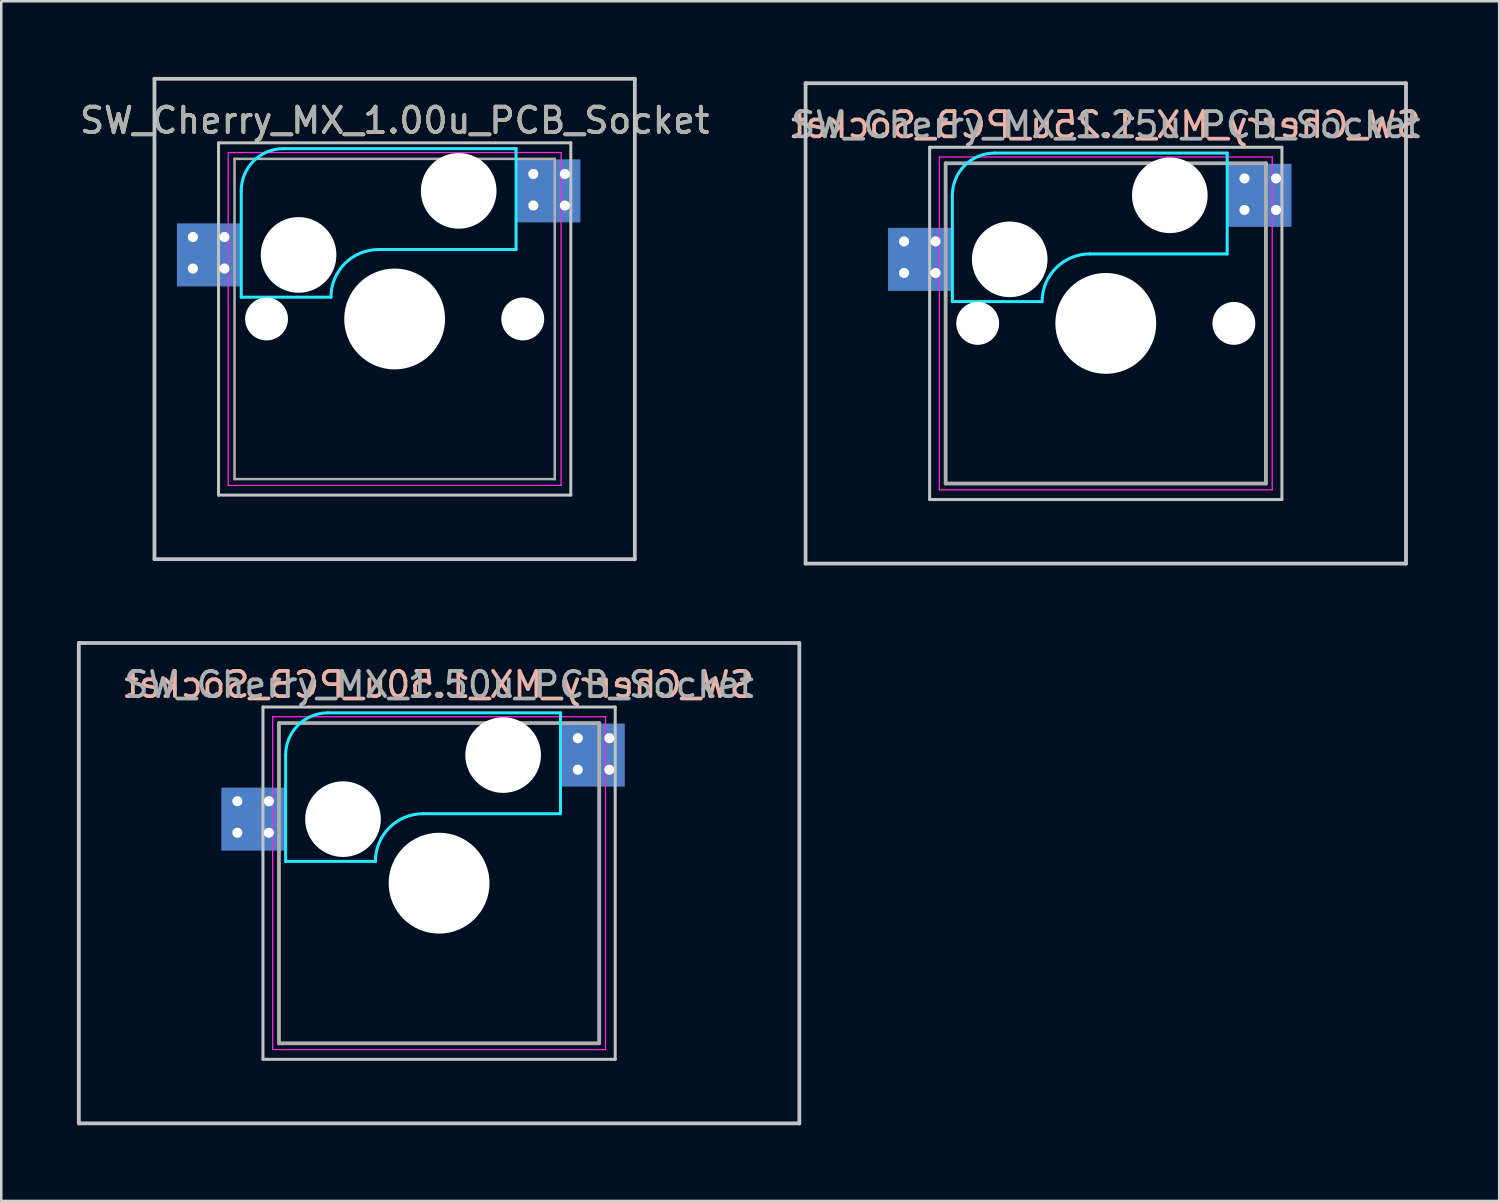
<source format=kicad_pcb>
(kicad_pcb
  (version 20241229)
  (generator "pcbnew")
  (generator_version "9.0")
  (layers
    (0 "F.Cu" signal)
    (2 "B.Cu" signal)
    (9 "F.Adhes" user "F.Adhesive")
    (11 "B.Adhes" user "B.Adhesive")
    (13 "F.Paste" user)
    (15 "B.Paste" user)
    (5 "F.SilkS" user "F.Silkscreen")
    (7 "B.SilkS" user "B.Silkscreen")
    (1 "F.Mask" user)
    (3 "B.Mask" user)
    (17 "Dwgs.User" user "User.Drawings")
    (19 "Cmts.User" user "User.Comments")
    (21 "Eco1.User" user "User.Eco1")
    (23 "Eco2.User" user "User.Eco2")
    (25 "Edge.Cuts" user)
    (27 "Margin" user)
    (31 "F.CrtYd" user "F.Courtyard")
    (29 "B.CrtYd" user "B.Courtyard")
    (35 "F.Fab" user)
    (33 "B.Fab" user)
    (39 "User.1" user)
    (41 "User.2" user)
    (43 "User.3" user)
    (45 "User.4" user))
  (footprint "SW_Cherry_MX_1.00u_PCB_Socket"
    (layer "F.Cu")
    (at 12.601 9.6)
    (property "Reference" "SW_Cherry_MX_1.00u_PCB_Socket" (at 0 -7.874 0) (layer "F.SilkS") (effects (font (size 1 1) (thickness 0.15))))
    (attr through_hole)
    (fp_line (start -9.525 -9.525) (end 9.525 -9.525) (stroke (width 0.15) (type solid)) (layer "Dwgs.User"))
    (fp_line (start -9.525 9.525) (end -9.525 -9.525) (stroke (width 0.15) (type solid)) (layer "Dwgs.User"))
    (fp_line (start -6.985 -6.985) (end 6.985 -6.985) (stroke (width 0.12) (type solid)) (layer "Dwgs.User"))
    (fp_line (start -6.985 6.985) (end -6.985 -6.985) (stroke (width 0.12) (type solid)) (layer "Dwgs.User"))
    (fp_line (start 6.985 -6.985) (end 6.985 6.985) (stroke (width 0.12) (type solid)) (layer "Dwgs.User"))
    (fp_line (start 6.985 6.985) (end -6.985 6.985) (stroke (width 0.12) (type solid)) (layer "Dwgs.User"))
    (fp_line (start 9.525 -9.525) (end 9.525 9.525) (stroke (width 0.15) (type solid)) (layer "Dwgs.User"))
    (fp_line (start 9.525 9.525) (end -9.525 9.525) (stroke (width 0.15) (type solid)) (layer "Dwgs.User"))
    (fp_line (start -6.085 -0.865) (end -6.085 -5.08) (stroke (width 0.12) (type solid)) (layer "B.CrtYd"))
    (fp_line (start -6.085 -0.865) (end -2.525 -0.865) (stroke (width 0.12) (type solid)) (layer "B.CrtYd"))
    (fp_line (start -4.41 -6.755) (end 4.815 -6.755) (stroke (width 0.12) (type solid)) (layer "B.CrtYd"))
    (fp_line (start 4.815 -6.755) (end 4.815 -2.755) (stroke (width 0.12) (type solid)) (layer "B.CrtYd"))
    (fp_line (start 4.815 -2.755) (end -0.635 -2.755) (stroke (width 0.12) (type solid)) (layer "B.CrtYd"))
    (fp_arc (start -6.085 -5.08) (mid -5.594404 -6.264404) (end -4.41 -6.755) (stroke (width 0.12) (type solid)) (layer "B.CrtYd"))
    (fp_arc (start -2.525 -0.865) (mid -1.971432 -2.201432) (end -0.635 -2.755) (stroke (width 0.12) (type solid)) (layer "B.CrtYd"))
    (fp_line (start -6.6 -6.6) (end 6.6 -6.6) (stroke (width 0.05) (type solid)) (layer "F.CrtYd"))
    (fp_line (start -6.6 6.6) (end -6.6 -6.6) (stroke (width 0.05) (type solid)) (layer "F.CrtYd"))
    (fp_line (start 6.6 -6.6) (end 6.6 6.6) (stroke (width 0.05) (type solid)) (layer "F.CrtYd"))
    (fp_line (start 6.6 6.6) (end -6.6 6.6) (stroke (width 0.05) (type solid)) (layer "F.CrtYd"))
    (fp_line (start -6.35 -6.35) (end 6.35 -6.35) (stroke (width 0.1) (type solid)) (layer "F.Fab"))
    (fp_line (start -6.35 6.35) (end -6.35 -6.35) (stroke (width 0.1) (type solid)) (layer "F.Fab"))
    (fp_line (start 6.35 -6.35) (end 6.35 6.35) (stroke (width 0.1) (type solid)) (layer "F.Fab"))
    (fp_line (start 6.35 6.35) (end -6.35 6.35) (stroke (width 0.1) (type solid)) (layer "F.Fab"))
    (fp_text user "${REFERENCE}" (at 0 -7.874 0) (layer "F.Fab") (effects (font (size 1 1) (thickness 0.15))))
    (pad "" np_thru_hole circle (at -5.08 0) (size 1.7 1.7) (drill 1.7) (layers "*.Cu" "*.Mask"))
    (pad "" np_thru_hole circle (at -3.81 -2.54) (size 3 3) (drill 3) (layers "*.Cu" "*.Mask"))
    (pad "" np_thru_hole circle (at 0 0) (size 4 4) (drill 4) (layers "*.Cu" "*.Mask"))
    (pad "" np_thru_hole circle (at 2.54 -5.08) (size 3 3) (drill 3) (layers "*.Cu" "*.Mask"))
    (pad "" np_thru_hole circle (at 5.08 0) (size 1.7 1.7) (drill 1.7) (layers "*.Cu" "*.Mask"))
    (pad "1" thru_hole circle (at 5.5 -5.75) (size 0.8 0.8) (drill 0.4) (layers "*.Cu" "*.Mask"))
    (pad "1" thru_hole circle (at 5.5 -4.5) (size 0.8 0.8) (drill 0.4) (layers "*.Cu" "*.Mask"))
    (pad "1" smd rect (at 6.09 -5.08) (size 2.55 2.5) (layers "B.Cu" "B.Mask" "B.Paste"))
    (pad "1" thru_hole circle (at 6.75 -5.75) (size 0.8 0.8) (drill 0.4) (layers "*.Cu" "*.Mask"))
    (pad "1" thru_hole circle (at 6.75 -4.5) (size 0.8 0.8) (drill 0.4) (layers "*.Cu" "*.Mask"))
    (pad "2" thru_hole circle (at -8 -3.25) (size 0.8 0.8) (drill 0.4) (layers "*.Cu" "*.Mask"))
    (pad "2" thru_hole circle (at -8 -2) (size 0.8 0.8) (drill 0.4) (layers "*.Cu" "*.Mask"))
    (pad "2" smd rect (at -7.36 -2.54) (size 2.55 2.5) (layers "B.Cu" "B.Mask" "B.Paste"))
    (pad "2" thru_hole circle (at -6.75 -3.25) (size 0.8 0.8) (drill 0.4) (layers "*.Cu" "*.Mask"))
    (pad "2" thru_hole circle (at -6.75 -2) (size 0.8 0.8) (drill 0.4) (layers "*.Cu" "*.Mask")))
  (footprint "SW_Cherry_MX_1.50u_PCB_Socket"
    (layer "F.Cu")
    (at 14.363 31.975)
    (property "Reference" "SW_Cherry_MX_1.50u_PCB_Socket" (at 0 -7.874 0) (layer "B.SilkS") (effects (font (size 1 1) (thickness 0.15)) (justify mirror)))
    (attr through_hole)
    (fp_line (start -14.287 -9.525) (end 14.287 -9.525) (stroke (width 0.15) (type solid)) (layer "Dwgs.User"))
    (fp_line (start -14.287 9.525) (end -14.287 -9.525) (stroke (width 0.15) (type solid)) (layer "Dwgs.User"))
    (fp_line (start -6.985 -6.985) (end 6.985 -6.985) (stroke (width 0.12) (type solid)) (layer "Dwgs.User"))
    (fp_line (start -6.985 6.985) (end -6.985 -6.985) (stroke (width 0.12) (type solid)) (layer "Dwgs.User"))
    (fp_line (start 6.985 -6.985) (end 6.985 6.985) (stroke (width 0.12) (type solid)) (layer "Dwgs.User"))
    (fp_line (start 6.985 6.985) (end -6.985 6.985) (stroke (width 0.12) (type solid)) (layer "Dwgs.User"))
    (fp_line (start 14.287 -9.525) (end 14.287 9.525) (stroke (width 0.15) (type solid)) (layer "Dwgs.User"))
    (fp_line (start 14.287 9.525) (end -14.287 9.525) (stroke (width 0.15) (type solid)) (layer "Dwgs.User"))
    (fp_line (start -6.085 -0.865) (end -6.085 -5.08) (stroke (width 0.12) (type solid)) (layer "B.CrtYd"))
    (fp_line (start -6.085 -0.865) (end -2.525 -0.865) (stroke (width 0.12) (type solid)) (layer "B.CrtYd"))
    (fp_line (start -4.41 -6.755) (end 4.815 -6.755) (stroke (width 0.12) (type solid)) (layer "B.CrtYd"))
    (fp_line (start 4.815 -6.755) (end 4.815 -2.755) (stroke (width 0.12) (type solid)) (layer "B.CrtYd"))
    (fp_line (start 4.815 -2.755) (end -0.635 -2.755) (stroke (width 0.12) (type solid)) (layer "B.CrtYd"))
    (fp_arc (start -6.085 -5.08) (mid -5.594404 -6.264404) (end -4.41 -6.755) (stroke (width 0.12) (type solid)) (layer "B.CrtYd"))
    (fp_arc (start -2.525 -0.865) (mid -1.971432 -2.201432) (end -0.635 -2.755) (stroke (width 0.12) (type solid)) (layer "B.CrtYd"))
    (fp_line (start -6.6 -6.6) (end 6.6 -6.6) (stroke (width 0.05) (type solid)) (layer "F.CrtYd"))
    (fp_line (start -6.6 6.6) (end -6.6 -6.6) (stroke (width 0.05) (type solid)) (layer "F.CrtYd"))
    (fp_line (start 6.6 -6.6) (end 6.6 6.6) (stroke (width 0.05) (type solid)) (layer "F.CrtYd"))
    (fp_line (start 6.6 6.6) (end -6.6 6.6) (stroke (width 0.05) (type solid)) (layer "F.CrtYd"))
    (fp_line (start -6.35 -6.35) (end 6.35 -6.35) (stroke (width 0.15) (type solid)) (layer "F.Fab"))
    (fp_line (start -6.35 6.35) (end -6.35 -6.35) (stroke (width 0.15) (type solid)) (layer "F.Fab"))
    (fp_line (start 6.35 -6.35) (end 6.35 6.35) (stroke (width 0.15) (type solid)) (layer "F.Fab"))
    (fp_line (start 6.35 6.35) (end -6.35 6.35) (stroke (width 0.15) (type solid)) (layer "F.Fab"))
    (fp_text user "${REFERENCE}" (at 0 -7.874 0) (layer "F.Fab") (effects (font (size 1 1) (thickness 0.15))))
    (pad "" np_thru_hole circle (at -3.81 -2.54) (size 3 3) (drill 3) (layers "*.Cu" "*.Mask"))
    (pad "" np_thru_hole circle (at 0 0) (size 4 4) (drill 4) (layers "*.Cu" "*.Mask"))
    (pad "" np_thru_hole circle (at 2.54 -5.08) (size 3 3) (drill 3) (layers "*.Cu" "*.Mask"))
    (pad "1" thru_hole circle (at 5.5 -5.75) (size 0.8 0.8) (drill 0.4) (layers "*.Cu" "*.Mask"))
    (pad "1" thru_hole circle (at 5.5 -4.5) (size 0.8 0.8) (drill 0.4) (layers "*.Cu" "*.Mask"))
    (pad "1" smd rect (at 6.09 -5.08) (size 2.55 2.5) (layers "B.Cu" "B.Mask" "B.Paste"))
    (pad "1" thru_hole circle (at 6.75 -5.75) (size 0.8 0.8) (drill 0.4) (layers "*.Cu" "*.Mask"))
    (pad "1" thru_hole circle (at 6.75 -4.5) (size 0.8 0.8) (drill 0.4) (layers "*.Cu" "*.Mask"))
    (pad "2" thru_hole circle (at -8 -3.25) (size 0.8 0.8) (drill 0.4) (layers "*.Cu" "*.Mask"))
    (pad "2" thru_hole circle (at -8 -2) (size 0.8 0.8) (drill 0.4) (layers "*.Cu" "*.Mask"))
    (pad "2" smd rect (at -7.36 -2.54) (size 2.55 2.5) (layers "B.Cu" "B.Mask" "B.Paste"))
    (pad "2" thru_hole circle (at -6.75 -3.25) (size 0.8 0.8) (drill 0.4) (layers "*.Cu" "*.Mask"))
    (pad "2" thru_hole circle (at -6.75 -2) (size 0.8 0.8) (drill 0.4) (layers "*.Cu" "*.Mask")))
  (footprint "SW_Cherry_MX_1.25u_PCB_Socket"
    (layer "F.Cu")
    (at 28.897 0.25)
    (property "Reference" "SW_Cherry_MX_1.25u_PCB_Socket" (at 11.906 1.651 0) (layer "B.SilkS") (effects (font (size 1 1) (thickness 0.15)) (justify mirror)))
    (attr through_hole)
    (fp_line (start 0 0) (end 23.812 0) (stroke (width 0.15) (type solid)) (layer "Dwgs.User"))
    (fp_line (start 0 19.05) (end 0 0) (stroke (width 0.15) (type solid)) (layer "Dwgs.User"))
    (fp_line (start 4.921 2.54) (end 18.891 2.54) (stroke (width 0.12) (type solid)) (layer "Dwgs.User"))
    (fp_line (start 4.921 16.51) (end 4.921 2.54) (stroke (width 0.12) (type solid)) (layer "Dwgs.User"))
    (fp_line (start 18.891 2.54) (end 18.891 16.51) (stroke (width 0.12) (type solid)) (layer "Dwgs.User"))
    (fp_line (start 18.891 16.51) (end 4.921 16.51) (stroke (width 0.12) (type solid)) (layer "Dwgs.User"))
    (fp_line (start 23.812 0) (end 23.812 19.05) (stroke (width 0.15) (type solid)) (layer "Dwgs.User"))
    (fp_line (start 23.812 19.05) (end 0 19.05) (stroke (width 0.15) (type solid)) (layer "Dwgs.User"))
    (fp_line (start 5.821 8.66) (end 5.821 4.445) (stroke (width 0.12) (type solid)) (layer "B.CrtYd"))
    (fp_line (start 5.821 8.66) (end 9.381 8.66) (stroke (width 0.12) (type solid)) (layer "B.CrtYd"))
    (fp_line (start 7.496 2.77) (end 16.721 2.77) (stroke (width 0.12) (type solid)) (layer "B.CrtYd"))
    (fp_line (start 16.721 2.77) (end 16.721 6.77) (stroke (width 0.12) (type solid)) (layer "B.CrtYd"))
    (fp_line (start 16.721 6.77) (end 11.271 6.77) (stroke (width 0.12) (type solid)) (layer "B.CrtYd"))
    (fp_arc (start 5.82125 4.445) (mid 6.311846 3.260596) (end 7.49625 2.77) (stroke (width 0.12) (type solid)) (layer "B.CrtYd"))
    (fp_arc (start 9.38125 8.66) (mid 9.934818 7.323568) (end 11.27125 6.77) (stroke (width 0.12) (type solid)) (layer "B.CrtYd"))
    (fp_line (start 5.306 2.925) (end 18.506 2.925) (stroke (width 0.05) (type solid)) (layer "F.CrtYd"))
    (fp_line (start 5.306 16.125) (end 5.306 2.925) (stroke (width 0.05) (type solid)) (layer "F.CrtYd"))
    (fp_line (start 18.506 2.925) (end 18.506 16.125) (stroke (width 0.05) (type solid)) (layer "F.CrtYd"))
    (fp_line (start 18.506 16.125) (end 5.306 16.125) (stroke (width 0.05) (type solid)) (layer "F.CrtYd"))
    (fp_line (start 5.556 3.175) (end 18.256 3.175) (stroke (width 0.15) (type solid)) (layer "F.Fab"))
    (fp_line (start 5.556 15.875) (end 5.556 3.175) (stroke (width 0.15) (type solid)) (layer "F.Fab"))
    (fp_line (start 18.256 3.175) (end 18.256 15.875) (stroke (width 0.15) (type solid)) (layer "F.Fab"))
    (fp_line (start 18.256 15.875) (end 5.556 15.875) (stroke (width 0.15) (type solid)) (layer "F.Fab"))
    (fp_text user "${REFERENCE}" (at 11.906 1.651 0) (layer "F.Fab") (effects (font (size 1 1) (thickness 0.15))))
    (pad "" np_thru_hole circle (at 6.826 9.525) (size 1.7 1.7) (drill 1.7) (layers "*.Cu" "*.Mask"))
    (pad "" np_thru_hole circle (at 8.096 6.985) (size 3 3) (drill 3) (layers "*.Cu" "*.Mask"))
    (pad "" np_thru_hole circle (at 11.906 9.525) (size 4 4) (drill 4) (layers "*.Cu" "*.Mask"))
    (pad "" np_thru_hole circle (at 14.446 4.445) (size 3 3) (drill 3) (layers "*.Cu" "*.Mask"))
    (pad "" np_thru_hole circle (at 16.986 9.525) (size 1.7 1.7) (drill 1.7) (layers "*.Cu" "*.Mask"))
    (pad "1" thru_hole circle (at 17.406 3.775) (size 0.8 0.8) (drill 0.4) (layers "*.Cu" "*.Mask"))
    (pad "1" thru_hole circle (at 17.406 5.025) (size 0.8 0.8) (drill 0.4) (layers "*.Cu" "*.Mask"))
    (pad "1" smd rect (at 17.996 4.445) (size 2.55 2.5) (layers "B.Cu" "B.Mask" "B.Paste"))
    (pad "1" thru_hole circle (at 18.656 3.775) (size 0.8 0.8) (drill 0.4) (layers "*.Cu" "*.Mask"))
    (pad "1" thru_hole circle (at 18.656 5.025) (size 0.8 0.8) (drill 0.4) (layers "*.Cu" "*.Mask"))
    (pad "2" thru_hole circle (at 3.906 6.275) (size 0.8 0.8) (drill 0.4) (layers "*.Cu" "*.Mask"))
    (pad "2" thru_hole circle (at 3.906 7.525) (size 0.8 0.8) (drill 0.4) (layers "*.Cu" "*.Mask"))
    (pad "2" smd rect (at 4.546 6.985) (size 2.55 2.5) (layers "B.Cu" "B.Mask" "B.Paste"))
    (pad "2" thru_hole circle (at 5.156 6.275) (size 0.8 0.8) (drill 0.4) (layers "*.Cu" "*.Mask"))
    (pad "2" thru_hole circle (at 5.156 7.525) (size 0.8 0.8) (drill 0.4) (layers "*.Cu" "*.Mask")))
  (gr_rect
    (start -3 -3)
    (end 56.405 44.575)
    (stroke (width 0.1) (type default))
    (fill no)
    (layer "Edge.Cuts")))
</source>
